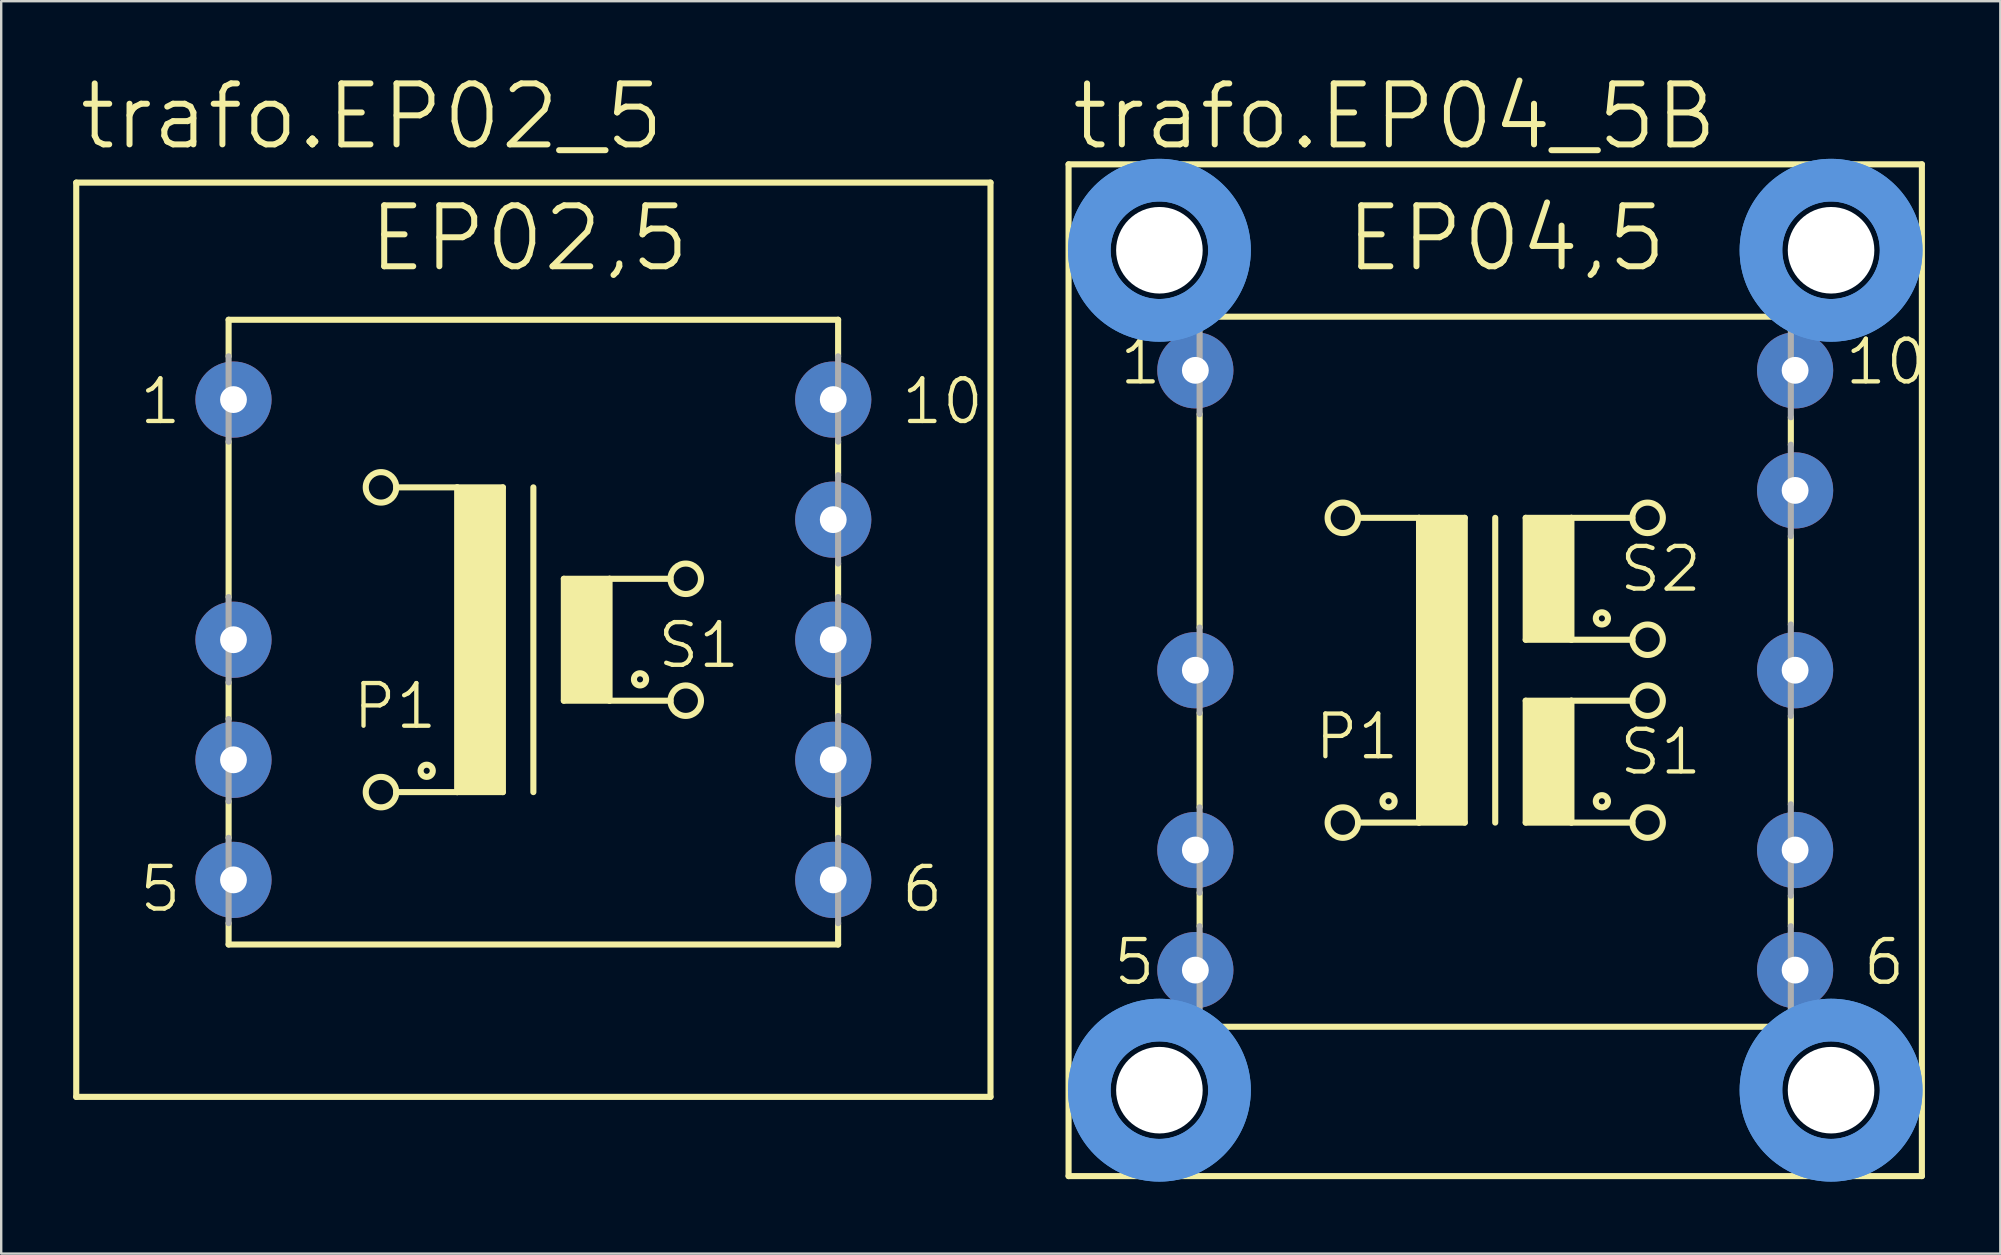
<source format=kicad_pcb>
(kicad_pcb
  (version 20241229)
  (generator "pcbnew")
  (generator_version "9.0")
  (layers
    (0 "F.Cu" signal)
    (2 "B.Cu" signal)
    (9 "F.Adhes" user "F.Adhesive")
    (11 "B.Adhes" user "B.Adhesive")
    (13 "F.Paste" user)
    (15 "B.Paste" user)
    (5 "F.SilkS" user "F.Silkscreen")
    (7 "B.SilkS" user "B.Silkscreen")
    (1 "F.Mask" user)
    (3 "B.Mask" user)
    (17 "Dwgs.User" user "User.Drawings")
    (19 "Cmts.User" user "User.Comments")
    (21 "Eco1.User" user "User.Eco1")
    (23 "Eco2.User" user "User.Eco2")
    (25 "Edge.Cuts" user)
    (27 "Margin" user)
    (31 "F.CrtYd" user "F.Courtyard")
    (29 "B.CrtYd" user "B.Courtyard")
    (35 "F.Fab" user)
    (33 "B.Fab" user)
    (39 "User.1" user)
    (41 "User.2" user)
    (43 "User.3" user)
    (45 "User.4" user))
  (footprint "trafo.EP02_5"
    (layer "F.Cu")
    (at 19.177 23.61)
    (property "Reference" "trafo.EP02_5" (at -19.05 -20.32 0) (layer "F.SilkS") (effects (font (size 2.54 2.54) (thickness 0.25)) (justify left bottom)))
    (attr through_hole)
    (fp_line (start -19.05 19.05) (end -19.05 -19.05) (stroke (width 0.254) (type default)) (layer "F.SilkS"))
    (fp_line (start -19.05 19.05) (end 19.05 19.05) (stroke (width 0.254) (type default)) (layer "F.SilkS"))
    (fp_line (start -12.7 -13.335) (end -12.7 -11.811) (stroke (width 0.254) (type default)) (layer "F.SilkS"))
    (fp_line (start -12.7 -13.335) (end 12.7 -13.335) (stroke (width 0.254) (type default)) (layer "F.SilkS"))
    (fp_line (start -12.7 -8.255) (end -12.7 -1.778) (stroke (width 0.254) (type default)) (layer "F.SilkS"))
    (fp_line (start -12.7 1.778) (end -12.7 3.302) (stroke (width 0.254) (type default)) (layer "F.SilkS"))
    (fp_line (start -12.7 6.731) (end -12.7 8.255) (stroke (width 0.254) (type default)) (layer "F.SilkS"))
    (fp_line (start -12.7 12.7) (end -12.7 11.811) (stroke (width 0.254) (type default)) (layer "F.SilkS"))
    (fp_line (start -5.715 -6.35) (end -3.175 -6.35) (stroke (width 0.254) (type default)) (layer "F.SilkS"))
    (fp_line (start -3.175 -6.35) (end -3.175 6.35) (stroke (width 0.254) (type default)) (layer "F.SilkS"))
    (fp_line (start -3.175 -6.35) (end -1.27 -6.35) (stroke (width 0.254) (type default)) (layer "F.SilkS"))
    (fp_line (start -3.175 6.35) (end -5.715 6.35) (stroke (width 0.254) (type default)) (layer "F.SilkS"))
    (fp_line (start -1.27 -6.35) (end -1.27 6.35) (stroke (width 0.254) (type default)) (layer "F.SilkS"))
    (fp_line (start -1.27 6.35) (end -3.175 6.35) (stroke (width 0.254) (type default)) (layer "F.SilkS"))
    (fp_line (start 0 -6.35) (end 0 6.35) (stroke (width 0.254) (type default)) (layer "F.SilkS"))
    (fp_line (start 1.27 -2.54) (end 1.27 2.54) (stroke (width 0.254) (type default)) (layer "F.SilkS"))
    (fp_line (start 1.27 -2.54) (end 3.175 -2.54) (stroke (width 0.254) (type default)) (layer "F.SilkS"))
    (fp_line (start 1.27 2.54) (end 3.175 2.54) (stroke (width 0.254) (type default)) (layer "F.SilkS"))
    (fp_line (start 3.175 -2.54) (end 5.715 -2.54) (stroke (width 0.254) (type default)) (layer "F.SilkS"))
    (fp_line (start 3.175 2.54) (end 3.175 -2.54) (stroke (width 0.254) (type default)) (layer "F.SilkS"))
    (fp_line (start 3.175 2.54) (end 5.715 2.54) (stroke (width 0.254) (type default)) (layer "F.SilkS"))
    (fp_line (start 12.7 -13.335) (end 12.7 -11.811) (stroke (width 0.254) (type default)) (layer "F.SilkS"))
    (fp_line (start 12.7 -8.255) (end 12.7 -6.858) (stroke (width 0.254) (type default)) (layer "F.SilkS"))
    (fp_line (start 12.7 -3.175) (end 12.7 -1.778) (stroke (width 0.254) (type default)) (layer "F.SilkS"))
    (fp_line (start 12.7 1.778) (end 12.7 3.175) (stroke (width 0.254) (type default)) (layer "F.SilkS"))
    (fp_line (start 12.7 6.858) (end 12.7 8.255) (stroke (width 0.254) (type default)) (layer "F.SilkS"))
    (fp_line (start 12.7 12.7) (end -12.7 12.7) (stroke (width 0.254) (type default)) (layer "F.SilkS"))
    (fp_line (start 12.7 12.7) (end 12.7 11.811) (stroke (width 0.254) (type default)) (layer "F.SilkS"))
    (fp_line (start 19.05 -19.05) (end -19.05 -19.05) (stroke (width 0.254) (type default)) (layer "F.SilkS"))
    (fp_line (start 19.05 -19.05) (end 19.05 19.05) (stroke (width 0.254) (type default)) (layer "F.SilkS"))
    (fp_rect (start -3.175 6.35) (end -1.27 -6.35) (stroke (width 0.05) (type default)) (fill yes) (layer "F.SilkS"))
    (fp_rect (start 1.27 2.54) (end 3.175 -2.54) (stroke (width 0.05) (type default)) (fill yes) (layer "F.SilkS"))
    (fp_circle (center -6.35 -6.35) (end -5.715 -6.35) (stroke (width 0.254) (type default)) (fill no) (layer "F.SilkS"))
    (fp_circle (center -6.35 6.35) (end -5.715 6.35) (stroke (width 0.254) (type default)) (fill no) (layer "F.SilkS"))
    (fp_circle (center -4.445 5.461) (end -4.191 5.461) (stroke (width 0.254) (type default)) (fill no) (layer "F.SilkS"))
    (fp_circle (center 4.445 1.651) (end 4.699 1.651) (stroke (width 0.254) (type default)) (fill no) (layer "F.SilkS"))
    (fp_circle (center 6.35 -2.54) (end 6.985 -2.54) (stroke (width 0.254) (type default)) (fill no) (layer "F.SilkS"))
    (fp_circle (center 6.35 2.54) (end 6.985 2.54) (stroke (width 0.254) (type default)) (fill no) (layer "F.SilkS"))
    (fp_line (start -12.7 -11.811) (end -12.7 -8.255) (stroke (width 0.254) (type default)) (layer "F.Fab"))
    (fp_line (start -12.7 -1.778) (end -12.7 1.778) (stroke (width 0.254) (type default)) (layer "F.Fab"))
    (fp_line (start -12.7 3.302) (end -12.7 6.731) (stroke (width 0.254) (type default)) (layer "F.Fab"))
    (fp_line (start -12.7 11.811) (end -12.7 8.255) (stroke (width 0.254) (type default)) (layer "F.Fab"))
    (fp_line (start 12.7 -11.811) (end 12.7 -8.255) (stroke (width 0.254) (type default)) (layer "F.Fab"))
    (fp_line (start 12.7 -6.858) (end 12.7 -3.175) (stroke (width 0.254) (type default)) (layer "F.Fab"))
    (fp_line (start 12.7 -1.778) (end 12.7 1.778) (stroke (width 0.254) (type default)) (layer "F.Fab"))
    (fp_line (start 12.7 3.175) (end 12.7 6.858) (stroke (width 0.254) (type default)) (layer "F.Fab"))
    (fp_line (start 12.7 11.811) (end 12.7 8.255) (stroke (width 0.254) (type default)) (layer "F.Fab"))
    (fp_text user "5" (at -16.51 11.43 0) (layer "F.SilkS") (effects (font (size 1.778 1.778) (thickness 0.18)) (justify left bottom)))
    (fp_text user "1" (at -16.51 -8.89 0) (layer "F.SilkS") (effects (font (size 1.778 1.778) (thickness 0.18)) (justify left bottom)))
    (fp_text user "EP02,5" (at -6.985 -15.24 0) (layer "F.SilkS") (effects (font (size 2.54 2.54) (thickness 0.25)) (justify left bottom)))
    (fp_text user "S1" (at 5.08 1.27 0) (layer "F.SilkS") (effects (font (size 1.778 1.778) (thickness 0.18)) (justify left bottom)))
    (fp_text user "6" (at 15.24 11.43 0) (layer "F.SilkS") (effects (font (size 1.778 1.778) (thickness 0.18)) (justify left bottom)))
    (fp_text user "P1" (at -7.62 3.81 0) (layer "F.SilkS") (effects (font (size 1.778 1.778) (thickness 0.18)) (justify left bottom)))
    (fp_text user "10" (at 15.24 -8.89 0) (layer "F.SilkS") (effects (font (size 1.778 1.778) (thickness 0.18)) (justify left bottom)))
    (pad "1" thru_hole circle (at -12.497 -10.008) (size 3.175 3.175) (drill 1.118) (layers "*.Cu" "*.Mask"))
    (pad "3" thru_hole circle (at -12.497 0) (size 3.175 3.175) (drill 1.118) (layers "*.Cu" "*.Mask"))
    (pad "4" thru_hole circle (at -12.497 5.004) (size 3.175 3.175) (drill 1.118) (layers "*.Cu" "*.Mask"))
    (pad "5" thru_hole circle (at -12.497 10.008) (size 3.175 3.175) (drill 1.118) (layers "*.Cu" "*.Mask"))
    (pad "6" thru_hole circle (at 12.497 10.008) (size 3.175 3.175) (drill 1.118) (layers "*.Cu" "*.Mask"))
    (pad "7" thru_hole circle (at 12.497 5.004) (size 3.175 3.175) (drill 1.118) (layers "*.Cu" "*.Mask"))
    (pad "8" thru_hole circle (at 12.497 0) (size 3.175 3.175) (drill 1.118) (layers "*.Cu" "*.Mask"))
    (pad "9" thru_hole circle (at 12.497 -5.004) (size 3.175 3.175) (drill 1.118) (layers "*.Cu" "*.Mask"))
    (pad "10" thru_hole circle (at 12.497 -10.008) (size 3.175 3.175) (drill 1.118) (layers "*.Cu" "*.Mask")))
  (footprint "trafo.EP04_5B"
    (layer "F.Cu")
    (at 59.261 24.88)
    (property "Reference" "trafo.EP04_5B" (at -17.78 -21.59 0) (layer "F.SilkS") (effects (font (size 2.54 2.54) (thickness 0.25)) (justify left bottom)))
    (attr through_hole)
    (fp_line (start -17.78 21.082) (end -17.78 -21.082) (stroke (width 0.254) (type default)) (layer "F.SilkS"))
    (fp_line (start -17.78 21.082) (end 17.78 21.082) (stroke (width 0.254) (type default)) (layer "F.SilkS"))
    (fp_line (start -12.319 -14.732) (end -12.319 -14.351) (stroke (width 0.254) (type default)) (layer "F.SilkS"))
    (fp_line (start -12.319 -14.732) (end 12.319 -14.732) (stroke (width 0.254) (type default)) (layer "F.SilkS"))
    (fp_line (start -12.319 -10.668) (end -12.319 -1.778) (stroke (width 0.254) (type default)) (layer "F.SilkS"))
    (fp_line (start -12.319 1.778) (end -12.319 5.715) (stroke (width 0.254) (type default)) (layer "F.SilkS"))
    (fp_line (start -12.319 9.271) (end -12.319 10.668) (stroke (width 0.254) (type default)) (layer "F.SilkS"))
    (fp_line (start -12.319 14.351) (end -12.319 14.859) (stroke (width 0.254) (type default)) (layer "F.SilkS"))
    (fp_line (start -5.715 -6.35) (end -3.175 -6.35) (stroke (width 0.254) (type default)) (layer "F.SilkS"))
    (fp_line (start -3.175 -6.35) (end -3.175 6.35) (stroke (width 0.254) (type default)) (layer "F.SilkS"))
    (fp_line (start -3.175 -6.35) (end -1.27 -6.35) (stroke (width 0.254) (type default)) (layer "F.SilkS"))
    (fp_line (start -3.175 6.35) (end -5.715 6.35) (stroke (width 0.254) (type default)) (layer "F.SilkS"))
    (fp_line (start -1.27 -6.35) (end -1.27 6.35) (stroke (width 0.254) (type default)) (layer "F.SilkS"))
    (fp_line (start -1.27 6.35) (end -3.175 6.35) (stroke (width 0.254) (type default)) (layer "F.SilkS"))
    (fp_line (start 0 -6.35) (end 0 6.35) (stroke (width 0.254) (type default)) (layer "F.SilkS"))
    (fp_line (start 1.27 -6.35) (end 1.27 -1.27) (stroke (width 0.254) (type default)) (layer "F.SilkS"))
    (fp_line (start 1.27 -6.35) (end 3.175 -6.35) (stroke (width 0.254) (type default)) (layer "F.SilkS"))
    (fp_line (start 1.27 -1.27) (end 3.175 -1.27) (stroke (width 0.254) (type default)) (layer "F.SilkS"))
    (fp_line (start 1.27 1.27) (end 1.27 6.35) (stroke (width 0.254) (type default)) (layer "F.SilkS"))
    (fp_line (start 1.27 1.27) (end 3.175 1.27) (stroke (width 0.254) (type default)) (layer "F.SilkS"))
    (fp_line (start 1.27 6.35) (end 3.175 6.35) (stroke (width 0.254) (type default)) (layer "F.SilkS"))
    (fp_line (start 3.175 -6.35) (end 5.715 -6.35) (stroke (width 0.254) (type default)) (layer "F.SilkS"))
    (fp_line (start 3.175 -1.27) (end 3.175 -6.35) (stroke (width 0.254) (type default)) (layer "F.SilkS"))
    (fp_line (start 3.175 -1.27) (end 5.715 -1.27) (stroke (width 0.254) (type default)) (layer "F.SilkS"))
    (fp_line (start 3.175 1.27) (end 5.715 1.27) (stroke (width 0.254) (type default)) (layer "F.SilkS"))
    (fp_line (start 3.175 6.35) (end 3.175 1.27) (stroke (width 0.254) (type default)) (layer "F.SilkS"))
    (fp_line (start 3.175 6.35) (end 5.715 6.35) (stroke (width 0.254) (type default)) (layer "F.SilkS"))
    (fp_line (start 12.319 -14.351) (end 12.319 -14.732) (stroke (width 0.254) (type default)) (layer "F.SilkS"))
    (fp_line (start 12.319 -9.398) (end 12.319 -10.541) (stroke (width 0.254) (type default)) (layer "F.SilkS"))
    (fp_line (start 12.319 -1.905) (end 12.319 -5.588) (stroke (width 0.254) (type default)) (layer "F.SilkS"))
    (fp_line (start 12.319 5.588) (end 12.319 1.905) (stroke (width 0.254) (type default)) (layer "F.SilkS"))
    (fp_line (start 12.319 10.668) (end 12.319 9.398) (stroke (width 0.254) (type default)) (layer "F.SilkS"))
    (fp_line (start 12.319 14.859) (end -12.319 14.859) (stroke (width 0.254) (type default)) (layer "F.SilkS"))
    (fp_line (start 12.319 14.859) (end 12.319 14.351) (stroke (width 0.254) (type default)) (layer "F.SilkS"))
    (fp_line (start 17.78 -21.082) (end -17.78 -21.082) (stroke (width 0.254) (type default)) (layer "F.SilkS"))
    (fp_line (start 17.78 -21.082) (end 17.78 21.082) (stroke (width 0.254) (type default)) (layer "F.SilkS"))
    (fp_rect (start -3.175 6.35) (end -1.27 -6.35) (stroke (width 0.05) (type default)) (fill yes) (layer "F.SilkS"))
    (fp_rect (start 1.27 -1.27) (end 3.175 -6.35) (stroke (width 0.05) (type default)) (fill yes) (layer "F.SilkS"))
    (fp_rect (start 1.27 6.35) (end 3.175 1.27) (stroke (width 0.05) (type default)) (fill yes) (layer "F.SilkS"))
    (fp_circle (center -6.35 -6.35) (end -5.715 -6.35) (stroke (width 0.254) (type default)) (fill no) (layer "F.SilkS"))
    (fp_circle (center -6.35 6.35) (end -5.715 6.35) (stroke (width 0.254) (type default)) (fill no) (layer "F.SilkS"))
    (fp_circle (center -4.445 5.461) (end -4.191 5.461) (stroke (width 0.254) (type default)) (fill no) (layer "F.SilkS"))
    (fp_circle (center 4.445 -2.159) (end 4.699 -2.159) (stroke (width 0.254) (type default)) (fill no) (layer "F.SilkS"))
    (fp_circle (center 4.445 5.461) (end 4.699 5.461) (stroke (width 0.254) (type default)) (fill no) (layer "F.SilkS"))
    (fp_circle (center 6.35 -6.35) (end 6.985 -6.35) (stroke (width 0.254) (type default)) (fill no) (layer "F.SilkS"))
    (fp_circle (center 6.35 -1.27) (end 6.985 -1.27) (stroke (width 0.254) (type default)) (fill no) (layer "F.SilkS"))
    (fp_circle (center 6.35 1.27) (end 6.985 1.27) (stroke (width 0.254) (type default)) (fill no) (layer "F.SilkS"))
    (fp_circle (center 6.35 6.35) (end 6.985 6.35) (stroke (width 0.254) (type default)) (fill no) (layer "F.SilkS"))
    (fp_circle (center -13.995 -17.501) (end -11.074 -17.501) (stroke (width 1.778) (type default)) (fill no) (layer "Cmts.User"))
    (fp_circle (center -13.995 -17.501) (end -11.074 -17.501) (stroke (width 1.778) (type default)) (fill no) (layer "Cmts.User"))
    (fp_circle (center -13.995 17.501) (end -11.074 17.501) (stroke (width 1.778) (type default)) (fill no) (layer "Cmts.User"))
    (fp_circle (center -13.995 17.501) (end -11.074 17.501) (stroke (width 1.778) (type default)) (fill no) (layer "Cmts.User"))
    (fp_circle (center 13.995 -17.501) (end 16.916 -17.501) (stroke (width 1.778) (type default)) (fill no) (layer "Cmts.User"))
    (fp_circle (center 13.995 -17.501) (end 16.916 -17.501) (stroke (width 1.778) (type default)) (fill no) (layer "Cmts.User"))
    (fp_circle (center 13.995 17.501) (end 16.916 17.501) (stroke (width 1.778) (type default)) (fill no) (layer "Cmts.User"))
    (fp_circle (center 13.995 17.501) (end 16.916 17.501) (stroke (width 1.778) (type default)) (fill no) (layer "Cmts.User"))
    (fp_line (start -12.319 -10.668) (end -12.319 -14.351) (stroke (width 0.254) (type default)) (layer "F.Fab"))
    (fp_line (start -12.319 1.778) (end -12.319 -1.778) (stroke (width 0.254) (type default)) (layer "F.Fab"))
    (fp_line (start -12.319 9.271) (end -12.319 5.715) (stroke (width 0.254) (type default)) (layer "F.Fab"))
    (fp_line (start -12.319 14.351) (end -12.319 10.668) (stroke (width 0.254) (type default)) (layer "F.Fab"))
    (fp_line (start 12.319 -14.351) (end 12.319 -10.541) (stroke (width 0.254) (type default)) (layer "F.Fab"))
    (fp_line (start 12.319 -9.398) (end 12.319 -5.588) (stroke (width 0.254) (type default)) (layer "F.Fab"))
    (fp_line (start 12.319 -1.905) (end 12.319 1.905) (stroke (width 0.254) (type default)) (layer "F.Fab"))
    (fp_line (start 12.319 5.588) (end 12.319 9.398) (stroke (width 0.254) (type default)) (layer "F.Fab"))
    (fp_line (start 12.319 10.668) (end 12.319 14.351) (stroke (width 0.254) (type default)) (layer "F.Fab"))
    (fp_text user "5" (at -16.002 13.208 0) (layer "F.SilkS") (effects (font (size 1.778 1.778) (thickness 0.18)) (justify left bottom)))
    (fp_text user "1" (at -15.748 -11.811 0) (layer "F.SilkS") (effects (font (size 1.778 1.778) (thickness 0.18)) (justify left bottom)))
    (fp_text user "S2" (at 5.08 -3.175 0) (layer "F.SilkS") (effects (font (size 1.778 1.778) (thickness 0.18)) (justify left bottom)))
    (fp_text user "6" (at 15.24 13.208 0) (layer "F.SilkS") (effects (font (size 1.778 1.778) (thickness 0.18)) (justify left bottom)))
    (fp_text user "S1" (at 5.08 4.445 0) (layer "F.SilkS") (effects (font (size 1.778 1.778) (thickness 0.18)) (justify left bottom)))
    (fp_text user "EP04,5" (at -6.35 -16.51 0) (layer "F.SilkS") (effects (font (size 2.54 2.54) (thickness 0.25)) (justify left bottom)))
    (fp_text user "P1" (at -7.62 3.81 0) (layer "F.SilkS") (effects (font (size 1.778 1.778) (thickness 0.18)) (justify left bottom)))
    (fp_text user "10" (at 14.478 -11.811 0) (layer "F.SilkS") (effects (font (size 1.778 1.778) (thickness 0.18)) (justify left bottom)))
    (pad "" np_thru_hole circle (at -13.995 -17.501) (size 3.607 3.607) (drill 3.607) (layers "*.Cu" "*.Mask"))
    (pad "" np_thru_hole circle (at -13.995 17.501) (size 3.607 3.607) (drill 3.607) (layers "*.Cu" "*.Mask"))
    (pad "" np_thru_hole circle (at 13.995 -17.501) (size 3.607 3.607) (drill 3.607) (layers "*.Cu" "*.Mask"))
    (pad "" np_thru_hole circle (at 13.995 17.501) (size 3.607 3.607) (drill 3.607) (layers "*.Cu" "*.Mask"))
    (pad "1" thru_hole circle (at -12.497 -12.497) (size 3.175 3.175) (drill 1.118) (layers "*.Cu" "*.Mask"))
    (pad "3" thru_hole circle (at -12.497 0) (size 3.175 3.175) (drill 1.118) (layers "*.Cu" "*.Mask"))
    (pad "4" thru_hole circle (at -12.497 7.493) (size 3.175 3.175) (drill 1.118) (layers "*.Cu" "*.Mask"))
    (pad "5" thru_hole circle (at -12.497 12.497) (size 3.175 3.175) (drill 1.118) (layers "*.Cu" "*.Mask"))
    (pad "6" thru_hole circle (at 12.497 12.497) (size 3.175 3.175) (drill 1.118) (layers "*.Cu" "*.Mask"))
    (pad "7" thru_hole circle (at 12.497 7.493) (size 3.175 3.175) (drill 1.118) (layers "*.Cu" "*.Mask"))
    (pad "8" thru_hole circle (at 12.497 0) (size 3.175 3.175) (drill 1.118) (layers "*.Cu" "*.Mask"))
    (pad "9" thru_hole circle (at 12.497 -7.493) (size 3.175 3.175) (drill 1.118) (layers "*.Cu" "*.Mask"))
    (pad "10" thru_hole circle (at 12.497 -12.497) (size 3.175 3.175) (drill 1.118) (layers "*.Cu" "*.Mask")))
  (gr_rect
    (start -3 -3)
    (end 80.31 49.191)
    (stroke (width 0.1) (type default))
    (fill no)
    (layer "Edge.Cuts")))
</source>
